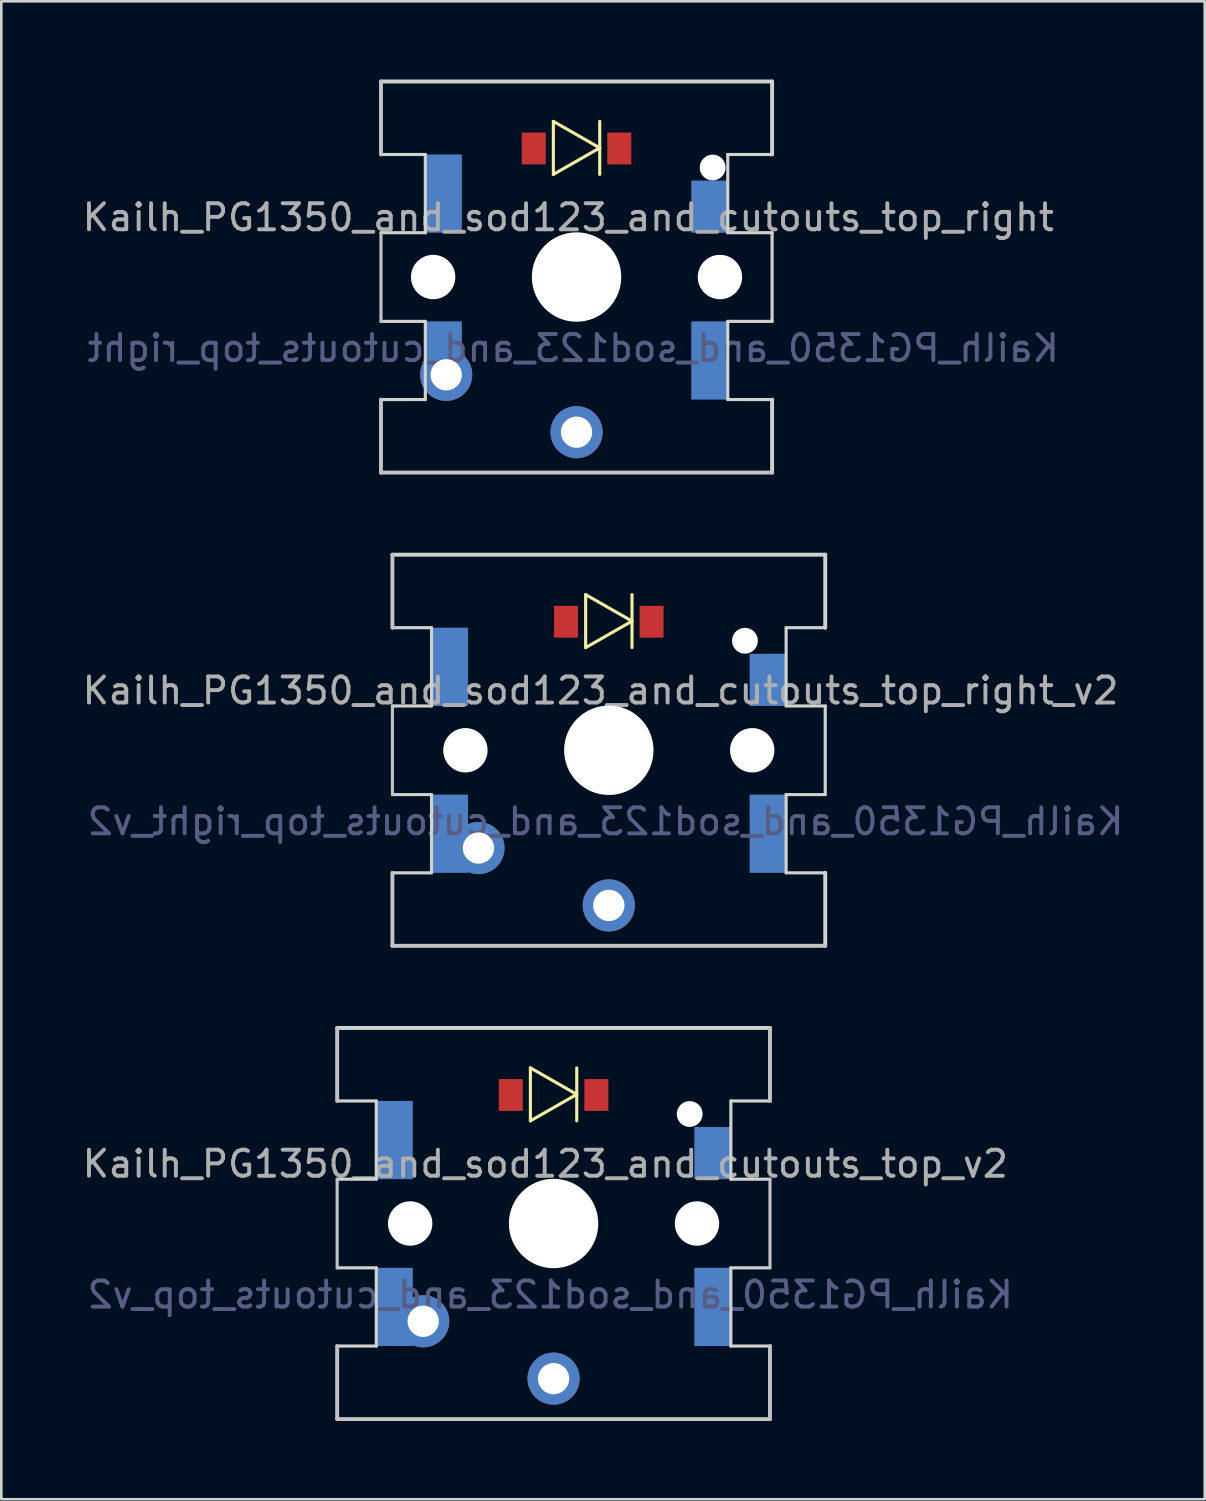
<source format=kicad_pcb>
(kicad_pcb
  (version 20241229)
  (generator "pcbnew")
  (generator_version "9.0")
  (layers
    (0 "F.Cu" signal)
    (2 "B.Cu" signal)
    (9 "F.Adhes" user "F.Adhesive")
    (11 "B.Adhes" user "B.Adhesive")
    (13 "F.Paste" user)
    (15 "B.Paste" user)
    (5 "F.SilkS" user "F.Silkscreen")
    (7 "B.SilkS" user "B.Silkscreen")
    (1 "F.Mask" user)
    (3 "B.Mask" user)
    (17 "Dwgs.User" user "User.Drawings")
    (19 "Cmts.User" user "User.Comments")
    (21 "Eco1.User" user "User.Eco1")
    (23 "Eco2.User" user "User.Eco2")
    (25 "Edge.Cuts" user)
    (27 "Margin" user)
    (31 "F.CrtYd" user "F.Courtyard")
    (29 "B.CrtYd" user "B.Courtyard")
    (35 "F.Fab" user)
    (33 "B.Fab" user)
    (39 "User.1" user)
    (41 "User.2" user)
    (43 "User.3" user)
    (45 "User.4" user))
  (footprint "Kailh_PG1350_and_sod123_and_cutouts_top_right"
    (layer "F.Cu")
    (at 19.062 7.575)
    (property "Reference" "Kailh_PG1350_and_sod123_and_cutouts_top_right" (at -0.318 -2.286 0) (layer "F.Fab") (effects (font (size 1 1) (thickness 0.15))))
    (attr smd)
    (fp_line (start -0.889 -5.969) (end -0.889 -3.937) (stroke (width 0.12) (type solid)) (layer "F.SilkS"))
    (fp_line (start -0.889 -5.969) (end 0.889 -4.953) (stroke (width 0.12) (type solid)) (layer "F.SilkS"))
    (fp_line (start 0.889 -4.953) (end -0.889 -3.937) (stroke (width 0.12) (type solid)) (layer "F.SilkS"))
    (fp_line (start 0.889 -3.937) (end 0.889 -5.969) (stroke (width 0.12) (type solid)) (layer "F.SilkS"))
    (fp_line (start -7.5 -4.7) (end -7.5 -7.5) (stroke (width 0.15) (type solid)) (layer "Dwgs.User"))
    (fp_line (start -7.5 1.7) (end -7.5 -1.7) (stroke (width 0.12) (type solid)) (layer "Dwgs.User"))
    (fp_line (start -7.5 7.5) (end -7.5 4.7) (stroke (width 0.15) (type solid)) (layer "Dwgs.User"))
    (fp_line (start 7.5 7.5) (end -7.5 7.5) (stroke (width 0.15) (type solid)) (layer "Dwgs.User"))
    (fp_line (start -7.5 -7.5) (end 7.5 -7.5) (stroke (width 0.15) (type solid)) (layer "Edge.Cuts"))
    (fp_line (start -7.5 -4.7) (end -5.8 -4.7) (stroke (width 0.12) (type solid)) (layer "Edge.Cuts"))
    (fp_line (start -7.5 -1.7) (end -5.8 -1.7) (stroke (width 0.12) (type solid)) (layer "Edge.Cuts"))
    (fp_line (start -7.5 1.7) (end -5.8 1.7) (stroke (width 0.12) (type solid)) (layer "Edge.Cuts"))
    (fp_line (start -7.5 4.7) (end -5.8 4.7) (stroke (width 0.12) (type solid)) (layer "Edge.Cuts"))
    (fp_line (start -5.8 -4.7) (end -5.8 -1.7) (stroke (width 0.12) (type solid)) (layer "Edge.Cuts"))
    (fp_line (start -5.8 4.7) (end -5.8 1.7) (stroke (width 0.12) (type solid)) (layer "Edge.Cuts"))
    (fp_line (start 5.8 -4.7) (end 7.5 -4.7) (stroke (width 0.12) (type solid)) (layer "Edge.Cuts"))
    (fp_line (start 5.8 -1.7) (end 5.8 -4.7) (stroke (width 0.12) (type solid)) (layer "Edge.Cuts"))
    (fp_line (start 5.8 -1.7) (end 7.5 -1.7) (stroke (width 0.12) (type solid)) (layer "Edge.Cuts"))
    (fp_line (start 5.8 1.7) (end 7.5 1.7) (stroke (width 0.12) (type solid)) (layer "Edge.Cuts"))
    (fp_line (start 5.8 4.7) (end 5.8 1.7) (stroke (width 0.12) (type solid)) (layer "Edge.Cuts"))
    (fp_line (start 5.8 4.7) (end 7.5 4.7) (stroke (width 0.12) (type solid)) (layer "Edge.Cuts"))
    (fp_line (start 7.5 -7.5) (end 7.5 -4.7) (stroke (width 0.15) (type solid)) (layer "Edge.Cuts"))
    (fp_line (start 7.5 1.7) (end 7.5 -1.7) (stroke (width 0.12) (type solid)) (layer "Edge.Cuts"))
    (fp_line (start 7.5 7.5) (end 7.5 4.7) (stroke (width 0.15) (type solid)) (layer "Edge.Cuts"))
    (fp_text user "${REFERENCE}" (at -0.127 2.731 0) (layer "B.Fab") (effects (font (size 1 1) (thickness 0.15)) (justify mirror)))
    (pad "" np_thru_hole circle (at -5.5 0) (size 1.702 1.702) (drill 1.702) (layers "*.Cu" "*.Mask"))
    (pad "" np_thru_hole circle (at 0 0) (size 3.429 3.429) (drill 3.429) (layers "*.Cu" "*.Mask"))
    (pad "" np_thru_hole circle (at 5.22 -4.2) (size 0.991 0.991) (drill 0.991) (layers "*.Cu" "*.Mask"))
    (pad "" np_thru_hole circle (at 5.5 0) (size 1.702 1.702) (drill 1.702) (layers "*.Cu" "*.Mask"))
    (pad "1" smd rect (at -5.1 -3.2) (size 1.4 3) (layers "B.Cu" "B.Mask" "B.Paste"))
    (pad "1" smd rect (at -5.1 2.4) (size 1.4 1.4) (layers "B.Cu" "B.Mask" "B.Paste"))
    (pad "1" thru_hole circle (at -5 3.75) (size 2 2) (drill 1.2) (layers "*.Cu" "*.Mask"))
    (pad "2" thru_hole circle (at 0 5.95) (size 2 2) (drill 1.2) (layers "*.Cu" "*.Mask"))
    (pad "A" smd rect (at -1.64 -4.93) (size 0.92 1.22) (layers "F.Cu" "F.Mask" "F.Paste"))
    (pad "K" smd rect (at 1.64 -4.93) (size 0.92 1.22) (layers "F.Cu" "F.Mask" "F.Paste"))
    (pad "K" smd rect (at 5.1 -2.7) (size 1.4 2) (layers "B.Cu" "B.Mask" "B.Paste"))
    (pad "K" smd rect (at 5.1 3.2) (size 1.4 3) (layers "B.Cu" "B.Mask" "B.Paste")))
  (footprint "Kailh_PG1350_and_sod123_and_cutouts_top_v2"
    (layer "F.Cu")
    (at 18.181 43.875)
    (property "Reference" "Kailh_PG1350_and_sod123_and_cutouts_top_v2" (at -0.318 -2.286 0) (layer "F.Fab") (effects (font (size 1 1) (thickness 0.15))))
    (attr smd)
    (fp_line (start -0.889 -5.969) (end -0.889 -3.937) (stroke (width 0.12) (type solid)) (layer "F.SilkS"))
    (fp_line (start -0.889 -5.969) (end 0.889 -4.953) (stroke (width 0.12) (type solid)) (layer "F.SilkS"))
    (fp_line (start 0.889 -4.953) (end -0.889 -3.937) (stroke (width 0.12) (type solid)) (layer "F.SilkS"))
    (fp_line (start 0.889 -3.937) (end 0.889 -5.969) (stroke (width 0.12) (type solid)) (layer "F.SilkS"))
    (fp_line (start -8.3 -4.7) (end -8.3 -7.5) (stroke (width 0.15) (type solid)) (layer "Dwgs.User"))
    (fp_line (start -8.3 1.7) (end -8.3 -1.7) (stroke (width 0.12) (type solid)) (layer "Dwgs.User"))
    (fp_line (start -8.3 7.5) (end -8.3 4.7) (stroke (width 0.15) (type solid)) (layer "Dwgs.User"))
    (fp_line (start 8.3 -7.5) (end 8.3 -4.7) (stroke (width 0.15) (type solid)) (layer "Dwgs.User"))
    (fp_line (start 8.3 1.7) (end 8.3 -1.7) (stroke (width 0.12) (type solid)) (layer "Dwgs.User"))
    (fp_line (start 8.3 7.5) (end -8.3 7.5) (stroke (width 0.15) (type solid)) (layer "Dwgs.User"))
    (fp_line (start 8.3 7.5) (end 8.3 4.7) (stroke (width 0.15) (type solid)) (layer "Dwgs.User"))
    (fp_line (start -8.3 -7.5) (end 8.3 -7.5) (stroke (width 0.15) (type solid)) (layer "Edge.Cuts"))
    (fp_line (start -8.3 -4.7) (end -6.8 -4.7) (stroke (width 0.12) (type solid)) (layer "Edge.Cuts"))
    (fp_line (start -8.3 -1.7) (end -6.8 -1.7) (stroke (width 0.12) (type solid)) (layer "Edge.Cuts"))
    (fp_line (start -8.3 1.7) (end -6.8 1.7) (stroke (width 0.12) (type solid)) (layer "Edge.Cuts"))
    (fp_line (start -8.3 4.7) (end -6.8 4.7) (stroke (width 0.12) (type solid)) (layer "Edge.Cuts"))
    (fp_line (start -6.8 -4.7) (end -6.8 -1.7) (stroke (width 0.12) (type solid)) (layer "Edge.Cuts"))
    (fp_line (start -6.8 4.7) (end -6.8 1.7) (stroke (width 0.12) (type solid)) (layer "Edge.Cuts"))
    (fp_line (start 6.8 -4.7) (end 8.3 -4.7) (stroke (width 0.12) (type solid)) (layer "Edge.Cuts"))
    (fp_line (start 6.8 -1.7) (end 6.8 -4.7) (stroke (width 0.12) (type solid)) (layer "Edge.Cuts"))
    (fp_line (start 6.8 -1.7) (end 8.3 -1.7) (stroke (width 0.12) (type solid)) (layer "Edge.Cuts"))
    (fp_line (start 6.8 1.7) (end 8.3 1.7) (stroke (width 0.12) (type solid)) (layer "Edge.Cuts"))
    (fp_line (start 6.8 4.7) (end 6.8 1.7) (stroke (width 0.12) (type solid)) (layer "Edge.Cuts"))
    (fp_line (start 6.8 4.7) (end 8.3 4.7) (stroke (width 0.12) (type solid)) (layer "Edge.Cuts"))
    (fp_text user "${REFERENCE}" (at -0.127 2.731 0) (layer "B.Fab") (effects (font (size 1 1) (thickness 0.15)) (justify mirror)))
    (pad "" np_thru_hole circle (at -5.5 0) (size 1.702 1.702) (drill 1.702) (layers "*.Cu" "*.Mask"))
    (pad "" np_thru_hole circle (at 0 0) (size 3.429 3.429) (drill 3.429) (layers "*.Cu" "*.Mask"))
    (pad "" np_thru_hole circle (at 5.22 -4.2) (size 0.991 0.991) (drill 0.991) (layers "*.Cu" "*.Mask"))
    (pad "" np_thru_hole circle (at 5.5 0) (size 1.702 1.702) (drill 1.702) (layers "*.Cu" "*.Mask"))
    (pad "1" smd rect (at -6.1 -3.2) (size 1.4 3) (layers "B.Cu" "B.Mask" "B.Paste"))
    (pad "1" smd rect (at -6.1 3.2) (size 1.4 3) (layers "B.Cu" "B.Mask" "B.Paste"))
    (pad "1" thru_hole circle (at -5 3.75) (size 2 2) (drill 1.2) (layers "*.Cu" "*.Mask"))
    (pad "2" thru_hole circle (at 0 5.95) (size 2 2) (drill 1.2) (layers "*.Cu" "*.Mask"))
    (pad "A" smd rect (at -1.64 -4.93) (size 0.92 1.22) (layers "F.Cu" "F.Mask" "F.Paste"))
    (pad "K" smd rect (at 1.64 -4.93) (size 0.92 1.22) (layers "F.Cu" "F.Mask" "F.Paste"))
    (pad "K" smd rect (at 6.1 -2.7) (size 1.4 2) (layers "B.Cu" "B.Mask" "B.Paste"))
    (pad "K" smd rect (at 6.1 3.2) (size 1.4 3) (layers "B.Cu" "B.Mask" "B.Paste")))
  (footprint "Kailh_PG1350_and_sod123_and_cutouts_top_right_v2"
    (layer "F.Cu")
    (at 20.3 25.725)
    (property "Reference" "Kailh_PG1350_and_sod123_and_cutouts_top_right_v2" (at -0.318 -2.286 0) (layer "F.Fab") (effects (font (size 1 1) (thickness 0.15))))
    (attr smd)
    (fp_line (start -0.889 -5.969) (end -0.889 -3.937) (stroke (width 0.12) (type solid)) (layer "F.SilkS"))
    (fp_line (start -0.889 -5.969) (end 0.889 -4.953) (stroke (width 0.12) (type solid)) (layer "F.SilkS"))
    (fp_line (start 0.889 -4.953) (end -0.889 -3.937) (stroke (width 0.12) (type solid)) (layer "F.SilkS"))
    (fp_line (start 0.889 -3.937) (end 0.889 -5.969) (stroke (width 0.12) (type solid)) (layer "F.SilkS"))
    (fp_line (start -8.3 -4.7) (end -8.3 -7.5) (stroke (width 0.15) (type solid)) (layer "Dwgs.User"))
    (fp_line (start -8.3 1.7) (end -8.3 -1.7) (stroke (width 0.12) (type solid)) (layer "Dwgs.User"))
    (fp_line (start -8.3 7.5) (end -8.3 4.7) (stroke (width 0.15) (type solid)) (layer "Dwgs.User"))
    (fp_line (start 8.3 7.5) (end -8.3 7.5) (stroke (width 0.15) (type solid)) (layer "Dwgs.User"))
    (fp_line (start -8.3 -7.5) (end 8.3 -7.5) (stroke (width 0.15) (type solid)) (layer "Edge.Cuts"))
    (fp_line (start -8.3 -4.7) (end -6.8 -4.7) (stroke (width 0.12) (type solid)) (layer "Edge.Cuts"))
    (fp_line (start -8.3 -1.7) (end -6.8 -1.7) (stroke (width 0.12) (type solid)) (layer "Edge.Cuts"))
    (fp_line (start -8.3 1.7) (end -6.8 1.7) (stroke (width 0.12) (type solid)) (layer "Edge.Cuts"))
    (fp_line (start -8.3 4.7) (end -6.8 4.7) (stroke (width 0.12) (type solid)) (layer "Edge.Cuts"))
    (fp_line (start -6.8 -4.7) (end -6.8 -1.7) (stroke (width 0.12) (type solid)) (layer "Edge.Cuts"))
    (fp_line (start -6.8 4.7) (end -6.8 1.7) (stroke (width 0.12) (type solid)) (layer "Edge.Cuts"))
    (fp_line (start 6.8 -4.7) (end 8.3 -4.7) (stroke (width 0.12) (type solid)) (layer "Edge.Cuts"))
    (fp_line (start 6.8 -1.7) (end 6.8 -4.7) (stroke (width 0.12) (type solid)) (layer "Edge.Cuts"))
    (fp_line (start 6.8 -1.7) (end 8.3 -1.7) (stroke (width 0.12) (type solid)) (layer "Edge.Cuts"))
    (fp_line (start 6.8 1.7) (end 8.3 1.7) (stroke (width 0.12) (type solid)) (layer "Edge.Cuts"))
    (fp_line (start 6.8 4.7) (end 6.8 1.7) (stroke (width 0.12) (type solid)) (layer "Edge.Cuts"))
    (fp_line (start 6.8 4.7) (end 8.3 4.7) (stroke (width 0.12) (type solid)) (layer "Edge.Cuts"))
    (fp_line (start 8.3 -7.5) (end 8.3 -4.7) (stroke (width 0.15) (type solid)) (layer "Edge.Cuts"))
    (fp_line (start 8.3 1.7) (end 8.3 -1.7) (stroke (width 0.12) (type solid)) (layer "Edge.Cuts"))
    (fp_line (start 8.3 7.5) (end 8.3 4.7) (stroke (width 0.15) (type solid)) (layer "Edge.Cuts"))
    (fp_text user "${REFERENCE}" (at -0.127 2.731 0) (layer "B.Fab") (effects (font (size 1 1) (thickness 0.15)) (justify mirror)))
    (pad "" np_thru_hole circle (at -5.5 0) (size 1.702 1.702) (drill 1.702) (layers "*.Cu" "*.Mask"))
    (pad "" np_thru_hole circle (at 0 0) (size 3.429 3.429) (drill 3.429) (layers "*.Cu" "*.Mask"))
    (pad "" np_thru_hole circle (at 5.22 -4.2) (size 0.991 0.991) (drill 0.991) (layers "*.Cu" "*.Mask"))
    (pad "" np_thru_hole circle (at 5.5 0) (size 1.702 1.702) (drill 1.702) (layers "*.Cu" "*.Mask"))
    (pad "1" smd rect (at -6.1 -3.2) (size 1.4 3) (layers "B.Cu" "B.Mask" "B.Paste"))
    (pad "1" smd rect (at -6.1 3.2) (size 1.4 3) (layers "B.Cu" "B.Mask" "B.Paste"))
    (pad "1" thru_hole circle (at -5 3.75) (size 2 2) (drill 1.2) (layers "*.Cu" "*.Mask"))
    (pad "2" thru_hole circle (at 0 5.95) (size 2 2) (drill 1.2) (layers "*.Cu" "*.Mask"))
    (pad "A" smd rect (at -1.64 -4.93) (size 0.92 1.22) (layers "F.Cu" "F.Mask" "F.Paste"))
    (pad "K" smd rect (at 1.64 -4.93) (size 0.92 1.22) (layers "F.Cu" "F.Mask" "F.Paste"))
    (pad "K" smd rect (at 6.1 -2.7) (size 1.4 2) (layers "B.Cu" "B.Mask" "B.Paste"))
    (pad "K" smd rect (at 6.1 3.2) (size 1.4 3) (layers "B.Cu" "B.Mask" "B.Paste")))
  (gr_rect
    (start -3 -3)
    (end 43.155 54.45)
    (stroke (width 0.1) (type default))
    (fill no)
    (layer "Edge.Cuts")))
</source>
